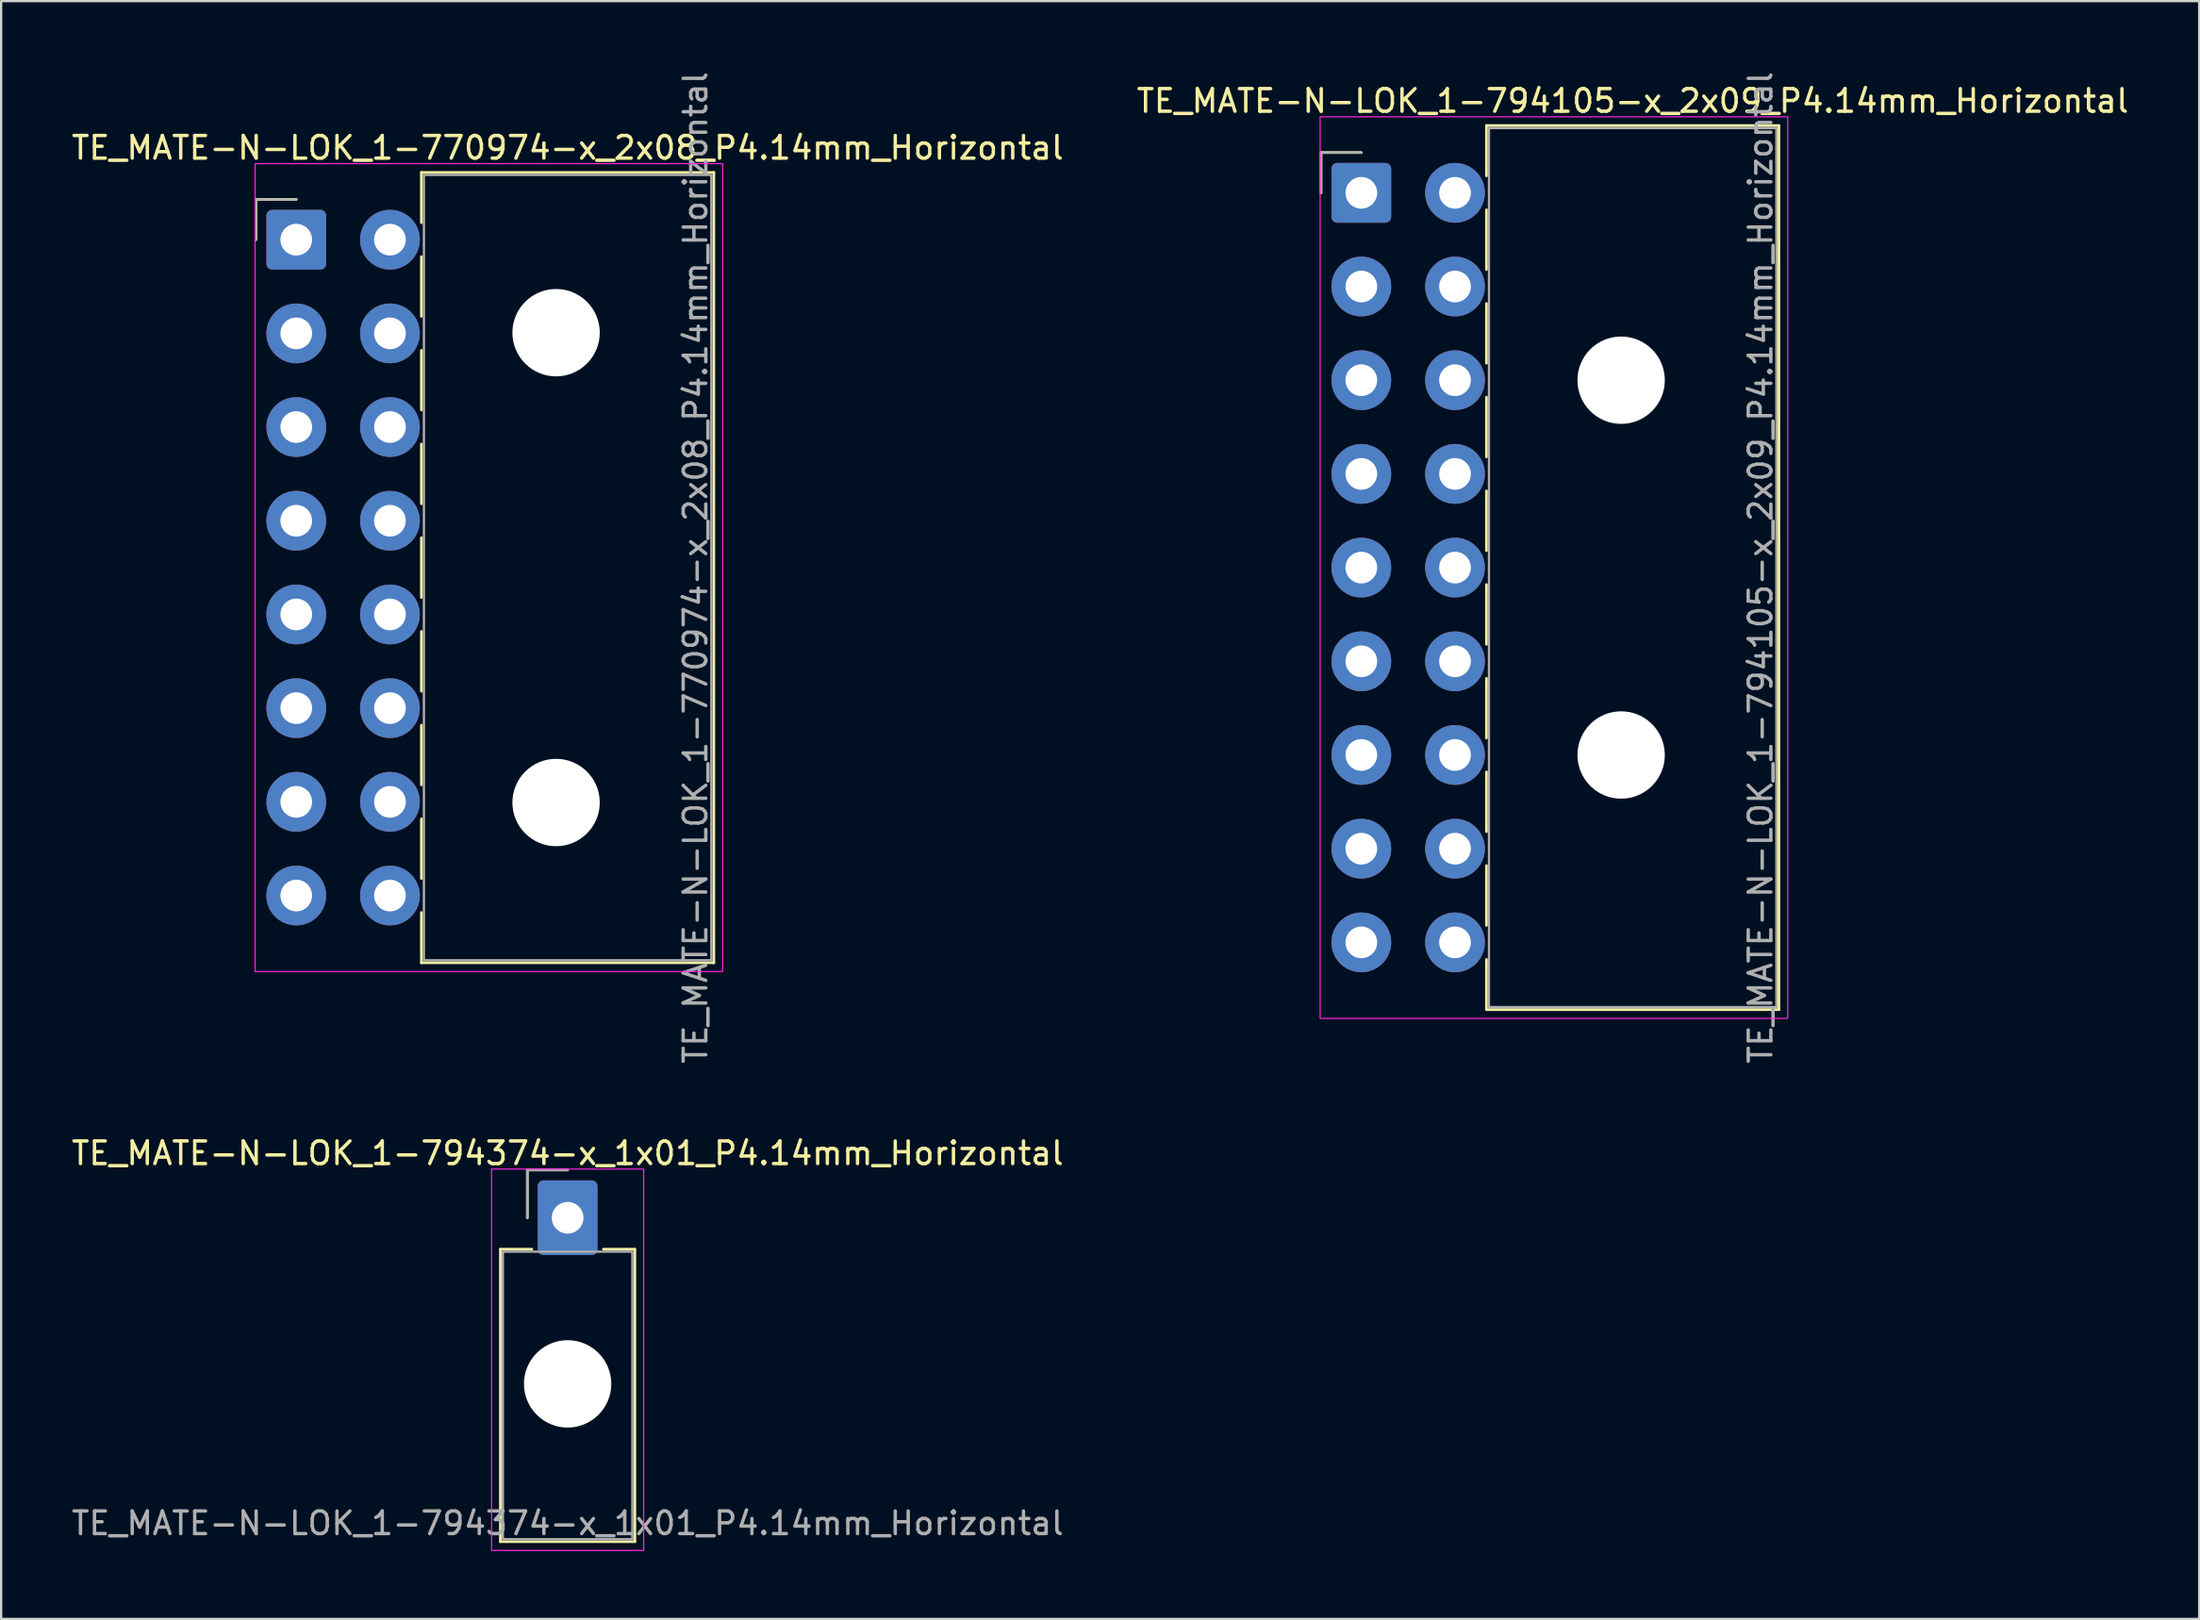
<source format=kicad_pcb>
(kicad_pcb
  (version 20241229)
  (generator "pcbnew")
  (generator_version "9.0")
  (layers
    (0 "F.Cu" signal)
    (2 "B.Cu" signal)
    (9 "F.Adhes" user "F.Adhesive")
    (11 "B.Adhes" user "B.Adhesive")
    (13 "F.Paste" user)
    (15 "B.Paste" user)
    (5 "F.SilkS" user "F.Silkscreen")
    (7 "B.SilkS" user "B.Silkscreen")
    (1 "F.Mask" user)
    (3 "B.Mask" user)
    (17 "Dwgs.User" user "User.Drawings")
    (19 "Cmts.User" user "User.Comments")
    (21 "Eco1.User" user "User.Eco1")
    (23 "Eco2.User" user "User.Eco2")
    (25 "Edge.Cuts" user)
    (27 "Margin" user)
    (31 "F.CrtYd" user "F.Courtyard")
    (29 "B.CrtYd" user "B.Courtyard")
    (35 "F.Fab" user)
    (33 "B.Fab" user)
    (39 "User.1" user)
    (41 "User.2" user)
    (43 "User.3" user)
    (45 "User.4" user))
  (footprint "TE_MATE-N-LOK_1-770974-x_2x08_P4.14mm_Horizontal"
    (layer "F.Cu")
    (at 10.04 7.54)
    (property "Reference" "TE_MATE-N-LOK_1-770974-x_2x08_P4.14mm_Horizontal" (at 11.99 -4.06 0) (layer "F.SilkS") (effects (font (size 1 1) (thickness 0.15))))
    (attr through_hole)
    (fp_line (start -1.78 -1.78) (end -1.78 0) (stroke (width 0.12) (type solid)) (layer "F.SilkS"))
    (fp_line (start 0 -1.78) (end -1.78 -1.78) (stroke (width 0.12) (type solid)) (layer "F.SilkS"))
    (fp_line (start 5.53 -2.97) (end 18.45 -2.97) (stroke (width 0.12) (type solid)) (layer "F.SilkS"))
    (fp_line (start 5.53 -0.751) (end 5.53 -2.97) (stroke (width 0.12) (type solid)) (layer "F.SilkS"))
    (fp_line (start 5.53 0.751) (end 5.53 3.389) (stroke (width 0.12) (type solid)) (layer "F.SilkS"))
    (fp_line (start 5.53 4.891) (end 5.53 7.529) (stroke (width 0.12) (type solid)) (layer "F.SilkS"))
    (fp_line (start 5.53 9.031) (end 5.53 11.669) (stroke (width 0.12) (type solid)) (layer "F.SilkS"))
    (fp_line (start 5.53 13.171) (end 5.53 15.809) (stroke (width 0.12) (type solid)) (layer "F.SilkS"))
    (fp_line (start 5.53 17.311) (end 5.53 19.949) (stroke (width 0.12) (type solid)) (layer "F.SilkS"))
    (fp_line (start 5.53 21.451) (end 5.53 24.089) (stroke (width 0.12) (type solid)) (layer "F.SilkS"))
    (fp_line (start 5.53 25.591) (end 5.53 28.229) (stroke (width 0.12) (type solid)) (layer "F.SilkS"))
    (fp_line (start 5.53 31.95) (end 5.53 29.731) (stroke (width 0.12) (type solid)) (layer "F.SilkS"))
    (fp_line (start 18.45 -2.97) (end 18.45 31.95) (stroke (width 0.12) (type solid)) (layer "F.SilkS"))
    (fp_line (start 18.45 31.95) (end 5.53 31.95) (stroke (width 0.12) (type solid)) (layer "F.SilkS"))
    (fp_rect (start -1.82 -3.36) (end 18.84 32.34) (stroke (width 0.05) (type solid)) (fill no) (layer "F.CrtYd"))
    (fp_line (start -1.78 -1.78) (end -1.78 0) (stroke (width 0.1) (type solid)) (layer "F.Fab"))
    (fp_line (start 0 -1.78) (end -1.78 -1.78) (stroke (width 0.1) (type solid)) (layer "F.Fab"))
    (fp_rect (start 5.64 -2.86) (end 18.34 31.84) (stroke (width 0.1) (type solid)) (fill no) (layer "F.Fab"))
    (fp_text user "${REFERENCE}" (at 17.64 14.49 90) (layer "F.Fab") (effects (font (size 1 1) (thickness 0.15))))
    (pad "" np_thru_hole circle (at 11.48 4.11) (size 3.86 3.86) (drill 3.86) (layers "*.Cu" "*.Mask"))
    (pad "" np_thru_hole circle (at 11.48 24.87) (size 3.86 3.86) (drill 3.86) (layers "*.Cu" "*.Mask"))
    (pad "1" thru_hole roundrect (at 0 0) (size 2.64 2.64) (drill 1.4) (layers "*.Cu" "*.Mask") (roundrect_rratio 0.095))
    (pad "2" thru_hole circle (at 0 4.14) (size 2.64 2.64) (drill 1.4) (layers "*.Cu" "*.Mask"))
    (pad "3" thru_hole circle (at 0 8.28) (size 2.64 2.64) (drill 1.4) (layers "*.Cu" "*.Mask"))
    (pad "4" thru_hole circle (at 0 12.42) (size 2.64 2.64) (drill 1.4) (layers "*.Cu" "*.Mask"))
    (pad "5" thru_hole circle (at 0 16.56) (size 2.64 2.64) (drill 1.4) (layers "*.Cu" "*.Mask"))
    (pad "6" thru_hole circle (at 0 20.7) (size 2.64 2.64) (drill 1.4) (layers "*.Cu" "*.Mask"))
    (pad "7" thru_hole circle (at 0 24.84) (size 2.64 2.64) (drill 1.4) (layers "*.Cu" "*.Mask"))
    (pad "8" thru_hole circle (at 0 28.98) (size 2.64 2.64) (drill 1.4) (layers "*.Cu" "*.Mask"))
    (pad "9" thru_hole circle (at 4.14 0) (size 2.64 2.64) (drill 1.4) (layers "*.Cu" "*.Mask"))
    (pad "10" thru_hole circle (at 4.14 4.14) (size 2.64 2.64) (drill 1.4) (layers "*.Cu" "*.Mask"))
    (pad "11" thru_hole circle (at 4.14 8.28) (size 2.64 2.64) (drill 1.4) (layers "*.Cu" "*.Mask"))
    (pad "12" thru_hole circle (at 4.14 12.42) (size 2.64 2.64) (drill 1.4) (layers "*.Cu" "*.Mask"))
    (pad "13" thru_hole circle (at 4.14 16.56) (size 2.64 2.64) (drill 1.4) (layers "*.Cu" "*.Mask"))
    (pad "14" thru_hole circle (at 4.14 20.7) (size 2.64 2.64) (drill 1.4) (layers "*.Cu" "*.Mask"))
    (pad "15" thru_hole circle (at 4.14 24.84) (size 2.64 2.64) (drill 1.4) (layers "*.Cu" "*.Mask"))
    (pad "16" thru_hole circle (at 4.14 28.98) (size 2.64 2.64) (drill 1.4) (layers "*.Cu" "*.Mask")))
  (footprint "TE_MATE-N-LOK_1-794374-x_1x01_P4.14mm_Horizontal"
    (layer "F.Cu")
    (at 22.03 50.758)
    (property "Reference" "TE_MATE-N-LOK_1-794374-x_1x01_P4.14mm_Horizontal" (at 0 -2.85 0) (layer "F.SilkS") (effects (font (size 1 1) (thickness 0.15))))
    (attr through_hole)
    (fp_line (start -2.97 1.39) (end -2.97 14.31) (stroke (width 0.12) (type solid)) (layer "F.SilkS"))
    (fp_line (start -2.97 14.31) (end 2.97 14.31) (stroke (width 0.12) (type solid)) (layer "F.SilkS"))
    (fp_line (start -1.78 -2.11) (end -1.78 0) (stroke (width 0.12) (type solid)) (layer "F.SilkS"))
    (fp_line (start -1.58 1.39) (end -2.97 1.39) (stroke (width 0.12) (type solid)) (layer "F.SilkS"))
    (fp_line (start 0 -2.11) (end -1.78 -2.11) (stroke (width 0.12) (type solid)) (layer "F.SilkS"))
    (fp_line (start 2.97 1.39) (end 1.58 1.39) (stroke (width 0.12) (type solid)) (layer "F.SilkS"))
    (fp_line (start 2.97 14.31) (end 2.97 1.39) (stroke (width 0.12) (type solid)) (layer "F.SilkS"))
    (fp_rect (start -3.36 -2.15) (end 3.36 14.7) (stroke (width 0.05) (type solid)) (fill no) (layer "F.CrtYd"))
    (fp_line (start -1.78 -2.11) (end -1.78 0) (stroke (width 0.1) (type solid)) (layer "F.Fab"))
    (fp_line (start 0 -2.11) (end -1.78 -2.11) (stroke (width 0.1) (type solid)) (layer "F.Fab"))
    (fp_rect (start -2.86 1.5) (end 2.86 14.2) (stroke (width 0.1) (type solid)) (fill no) (layer "F.Fab"))
    (fp_text user "${REFERENCE}" (at 0 13.5 0) (layer "F.Fab") (effects (font (size 1 1) (thickness 0.15))))
    (pad "" np_thru_hole circle (at 0 7.34) (size 3.86 3.86) (drill 3.86) (layers "*.Cu" "*.Mask"))
    (pad "1" thru_hole roundrect (at 0 0) (size 2.64 3.3) (drill 1.4) (layers "*.Cu" "*.Mask") (roundrect_rratio 0.095)))
  (footprint "TE_MATE-N-LOK_1-794105-x_2x09_P4.14mm_Horizontal"
    (layer "F.Cu")
    (at 57.099 5.47)
    (property "Reference" "TE_MATE-N-LOK_1-794105-x_2x09_P4.14mm_Horizontal" (at 11.99 -4.06 0) (layer "F.SilkS") (effects (font (size 1 1) (thickness 0.15))))
    (attr through_hole)
    (fp_line (start -1.78 -1.78) (end -1.78 0) (stroke (width 0.12) (type solid)) (layer "F.SilkS"))
    (fp_line (start 0 -1.78) (end -1.78 -1.78) (stroke (width 0.12) (type solid)) (layer "F.SilkS"))
    (fp_line (start 5.53 -2.97) (end 18.45 -2.97) (stroke (width 0.12) (type solid)) (layer "F.SilkS"))
    (fp_line (start 5.53 -0.751) (end 5.53 -2.97) (stroke (width 0.12) (type solid)) (layer "F.SilkS"))
    (fp_line (start 5.53 0.751) (end 5.53 3.389) (stroke (width 0.12) (type solid)) (layer "F.SilkS"))
    (fp_line (start 5.53 4.891) (end 5.53 7.529) (stroke (width 0.12) (type solid)) (layer "F.SilkS"))
    (fp_line (start 5.53 9.031) (end 5.53 11.669) (stroke (width 0.12) (type solid)) (layer "F.SilkS"))
    (fp_line (start 5.53 13.171) (end 5.53 15.809) (stroke (width 0.12) (type solid)) (layer "F.SilkS"))
    (fp_line (start 5.53 17.311) (end 5.53 19.949) (stroke (width 0.12) (type solid)) (layer "F.SilkS"))
    (fp_line (start 5.53 21.451) (end 5.53 24.089) (stroke (width 0.12) (type solid)) (layer "F.SilkS"))
    (fp_line (start 5.53 25.591) (end 5.53 28.229) (stroke (width 0.12) (type solid)) (layer "F.SilkS"))
    (fp_line (start 5.53 29.731) (end 5.53 32.369) (stroke (width 0.12) (type solid)) (layer "F.SilkS"))
    (fp_line (start 5.53 36.09) (end 5.53 33.871) (stroke (width 0.12) (type solid)) (layer "F.SilkS"))
    (fp_line (start 18.45 -2.97) (end 18.45 36.09) (stroke (width 0.12) (type solid)) (layer "F.SilkS"))
    (fp_line (start 18.45 36.09) (end 5.53 36.09) (stroke (width 0.12) (type solid)) (layer "F.SilkS"))
    (fp_rect (start -1.82 -3.36) (end 18.84 36.48) (stroke (width 0.05) (type solid)) (fill no) (layer "F.CrtYd"))
    (fp_line (start -1.78 -1.78) (end -1.78 0) (stroke (width 0.1) (type solid)) (layer "F.Fab"))
    (fp_line (start 0 -1.78) (end -1.78 -1.78) (stroke (width 0.1) (type solid)) (layer "F.Fab"))
    (fp_rect (start 5.64 -2.86) (end 18.34 35.98) (stroke (width 0.1) (type solid)) (fill no) (layer "F.Fab"))
    (fp_text user "${REFERENCE}" (at 17.64 16.56 90) (layer "F.Fab") (effects (font (size 1 1) (thickness 0.15))))
    (pad "" np_thru_hole circle (at 11.48 8.28) (size 3.86 3.86) (drill 3.86) (layers "*.Cu" "*.Mask"))
    (pad "" np_thru_hole circle (at 11.48 24.84) (size 3.86 3.86) (drill 3.86) (layers "*.Cu" "*.Mask"))
    (pad "1" thru_hole roundrect (at 0 0) (size 2.64 2.64) (drill 1.4) (layers "*.Cu" "*.Mask") (roundrect_rratio 0.095))
    (pad "2" thru_hole circle (at 0 4.14) (size 2.64 2.64) (drill 1.4) (layers "*.Cu" "*.Mask"))
    (pad "3" thru_hole circle (at 0 8.28) (size 2.64 2.64) (drill 1.4) (layers "*.Cu" "*.Mask"))
    (pad "4" thru_hole circle (at 0 12.42) (size 2.64 2.64) (drill 1.4) (layers "*.Cu" "*.Mask"))
    (pad "5" thru_hole circle (at 0 16.56) (size 2.64 2.64) (drill 1.4) (layers "*.Cu" "*.Mask"))
    (pad "6" thru_hole circle (at 0 20.7) (size 2.64 2.64) (drill 1.4) (layers "*.Cu" "*.Mask"))
    (pad "7" thru_hole circle (at 0 24.84) (size 2.64 2.64) (drill 1.4) (layers "*.Cu" "*.Mask"))
    (pad "8" thru_hole circle (at 0 28.98) (size 2.64 2.64) (drill 1.4) (layers "*.Cu" "*.Mask"))
    (pad "9" thru_hole circle (at 0 33.12) (size 2.64 2.64) (drill 1.4) (layers "*.Cu" "*.Mask"))
    (pad "10" thru_hole circle (at 4.14 0) (size 2.64 2.64) (drill 1.4) (layers "*.Cu" "*.Mask"))
    (pad "11" thru_hole circle (at 4.14 4.14) (size 2.64 2.64) (drill 1.4) (layers "*.Cu" "*.Mask"))
    (pad "12" thru_hole circle (at 4.14 8.28) (size 2.64 2.64) (drill 1.4) (layers "*.Cu" "*.Mask"))
    (pad "13" thru_hole circle (at 4.14 12.42) (size 2.64 2.64) (drill 1.4) (layers "*.Cu" "*.Mask"))
    (pad "14" thru_hole circle (at 4.14 16.56) (size 2.64 2.64) (drill 1.4) (layers "*.Cu" "*.Mask"))
    (pad "15" thru_hole circle (at 4.14 20.7) (size 2.64 2.64) (drill 1.4) (layers "*.Cu" "*.Mask"))
    (pad "16" thru_hole circle (at 4.14 24.84) (size 2.64 2.64) (drill 1.4) (layers "*.Cu" "*.Mask"))
    (pad "17" thru_hole circle (at 4.14 28.98) (size 2.64 2.64) (drill 1.4) (layers "*.Cu" "*.Mask"))
    (pad "18" thru_hole circle (at 4.14 33.12) (size 2.64 2.64) (drill 1.4) (layers "*.Cu" "*.Mask")))
  (gr_rect
    (start -3 -3)
    (end 94.119 68.483)
    (stroke (width 0.1) (type default))
    (fill no)
    (layer "Edge.Cuts")))
</source>
